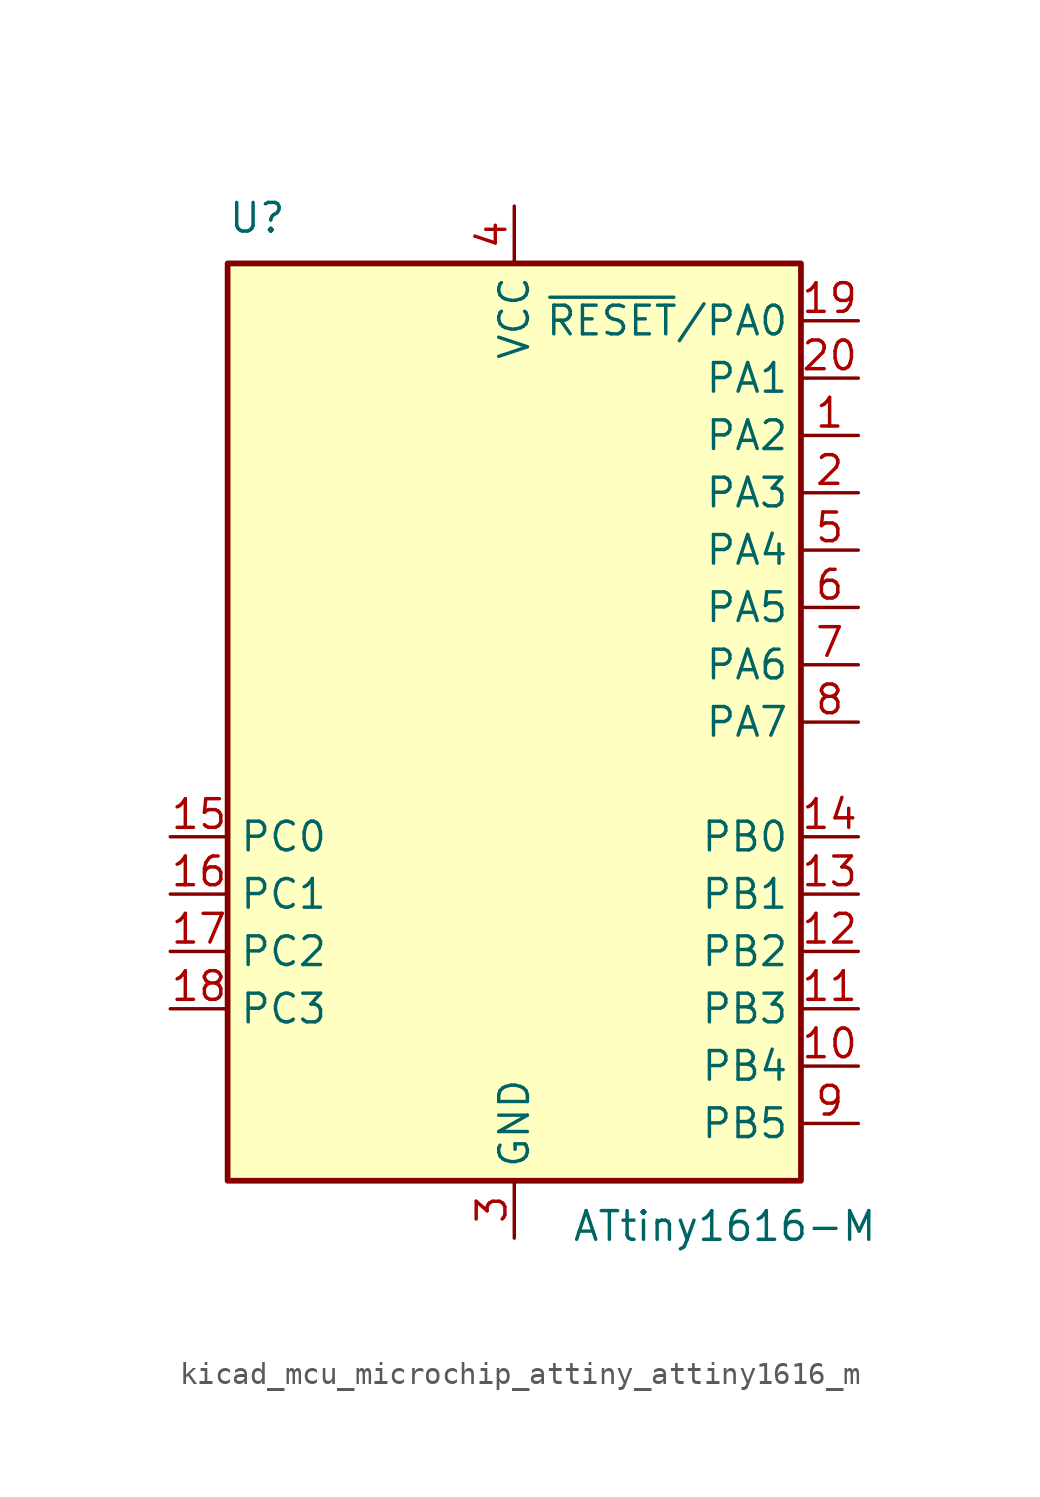
<source format=kicad_sym>
(kicad_symbol_lib
  (version 20220914)
  (generator kicad_symbol_editor)
  (symbol "kicad_mcu_microchip_attiny_attiny1616_m"
    (property "Reference" "U"
      (at -12.7 21.59 0)
      (effects (font (size 1.27 1.27)) (justify left bottom)))
    (property "Value" "ATtiny1616-M"
      (at 2.54 -21.59 0)
      (effects (font (size 1.27 1.27)) (justify left top)))
    (symbol "kicad_mcu_microchip_attiny_attiny1616_m_0_1"
      (rectangle (start -12.7 -20.32) (end 12.7 20.32) (stroke (width 0.254) (type default)) (fill (type background))))
    (symbol "kicad_mcu_microchip_attiny_attiny1616_m_1_1"
      (pin bidirectional line (at 15.24 12.7 180) (length 2.54) (name "PA2" (effects (font (size 1.27 1.27)))) (number "1" (effects (font (size 1.27 1.27)))))
      (pin bidirectional line (at 15.24 -15.24 180) (length 2.54) (name "PB4" (effects (font (size 1.27 1.27)))) (number "10" (effects (font (size 1.27 1.27)))))
      (pin bidirectional line (at 15.24 -12.7 180) (length 2.54) (name "PB3" (effects (font (size 1.27 1.27)))) (number "11" (effects (font (size 1.27 1.27)))))
      (pin bidirectional line (at 15.24 -10.16 180) (length 2.54) (name "PB2" (effects (font (size 1.27 1.27)))) (number "12" (effects (font (size 1.27 1.27)))))
      (pin bidirectional line (at 15.24 -7.62 180) (length 2.54) (name "PB1" (effects (font (size 1.27 1.27)))) (number "13" (effects (font (size 1.27 1.27)))))
      (pin bidirectional line (at 15.24 -5.08 180) (length 2.54) (name "PB0" (effects (font (size 1.27 1.27)))) (number "14" (effects (font (size 1.27 1.27)))))
      (pin bidirectional line (at -15.24 -5.08 0) (length 2.54) (name "PC0" (effects (font (size 1.27 1.27)))) (number "15" (effects (font (size 1.27 1.27)))))
      (pin bidirectional line (at -15.24 -7.62 0) (length 2.54) (name "PC1" (effects (font (size 1.27 1.27)))) (number "16" (effects (font (size 1.27 1.27)))))
      (pin bidirectional line (at -15.24 -10.16 0) (length 2.54) (name "PC2" (effects (font (size 1.27 1.27)))) (number "17" (effects (font (size 1.27 1.27)))))
      (pin bidirectional line (at -15.24 -12.7 0) (length 2.54) (name "PC3" (effects (font (size 1.27 1.27)))) (number "18" (effects (font (size 1.27 1.27)))))
      (pin bidirectional line (at 15.24 17.78 180) (length 2.54) (name "~{RESET}/PA0" (effects (font (size 1.27 1.27)))) (number "19" (effects (font (size 1.27 1.27)))))
      (pin bidirectional line (at 15.24 10.16 180) (length 2.54) (name "PA3" (effects (font (size 1.27 1.27)))) (number "2" (effects (font (size 1.27 1.27)))))
      (pin bidirectional line (at 15.24 15.24 180) (length 2.54) (name "PA1" (effects (font (size 1.27 1.27)))) (number "20" (effects (font (size 1.27 1.27)))))
      (pin passive line (at 0 -22.86 90) (length 2.54) hide (name "GND" (effects (font (size 1.27 1.27)))) (number "21" (effects (font (size 1.27 1.27)))))
      (pin power_in line (at 0 -22.86 90) (length 2.54) (name "GND" (effects (font (size 1.27 1.27)))) (number "3" (effects (font (size 1.27 1.27)))))
      (pin power_in line (at 0 22.86 270) (length 2.54) (name "VCC" (effects (font (size 1.27 1.27)))) (number "4" (effects (font (size 1.27 1.27)))))
      (pin bidirectional line (at 15.24 7.62 180) (length 2.54) (name "PA4" (effects (font (size 1.27 1.27)))) (number "5" (effects (font (size 1.27 1.27)))))
      (pin bidirectional line (at 15.24 5.08 180) (length 2.54) (name "PA5" (effects (font (size 1.27 1.27)))) (number "6" (effects (font (size 1.27 1.27)))))
      (pin bidirectional line (at 15.24 2.54 180) (length 2.54) (name "PA6" (effects (font (size 1.27 1.27)))) (number "7" (effects (font (size 1.27 1.27)))))
      (pin bidirectional line (at 15.24 0 180) (length 2.54) (name "PA7" (effects (font (size 1.27 1.27)))) (number "8" (effects (font (size 1.27 1.27)))))
      (pin bidirectional line (at 15.24 -17.78 180) (length 2.54) (name "PB5" (effects (font (size 1.27 1.27)))) (number "9" (effects (font (size 1.27 1.27))))))))
</source>
